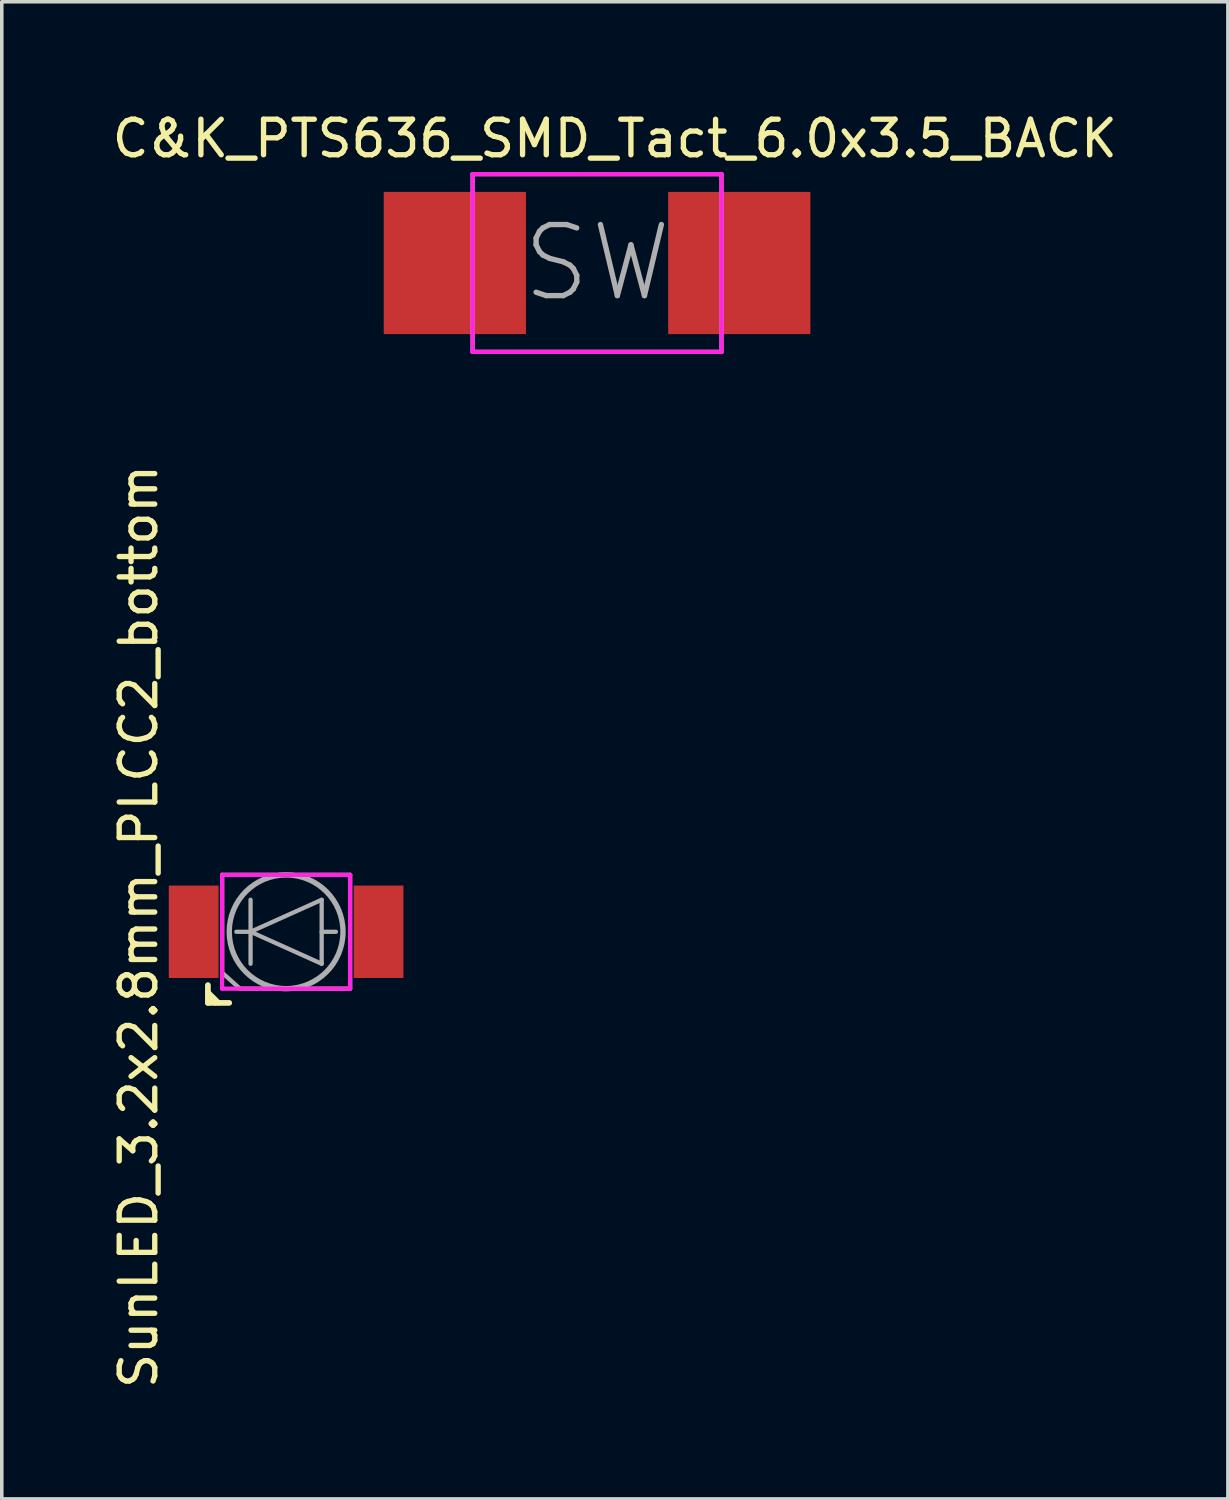
<source format=kicad_pcb>
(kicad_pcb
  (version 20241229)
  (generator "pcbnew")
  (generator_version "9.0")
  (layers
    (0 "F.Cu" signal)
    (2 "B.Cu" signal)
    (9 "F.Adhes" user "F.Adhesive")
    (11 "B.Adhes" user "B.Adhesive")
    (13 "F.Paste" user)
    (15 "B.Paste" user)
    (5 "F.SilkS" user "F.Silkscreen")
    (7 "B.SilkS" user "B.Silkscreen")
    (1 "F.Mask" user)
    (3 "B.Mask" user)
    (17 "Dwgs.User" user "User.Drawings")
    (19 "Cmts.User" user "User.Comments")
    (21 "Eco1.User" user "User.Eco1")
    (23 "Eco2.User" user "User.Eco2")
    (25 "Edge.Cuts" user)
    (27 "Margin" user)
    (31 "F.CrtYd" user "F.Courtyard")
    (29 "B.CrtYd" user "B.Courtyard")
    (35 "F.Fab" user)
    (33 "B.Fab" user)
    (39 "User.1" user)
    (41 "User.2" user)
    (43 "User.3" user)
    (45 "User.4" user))
  (footprint "C&K_PTS636_SMD_Tact_6.0x3.5_BACK"
    (layer "F.Cu")
    (at 13.744 4.348)
    (property "Reference" "C&K_PTS636_SMD_Tact_6.0x3.5_BACK" (at 0.5 -3.5 0) (layer "F.SilkS") (effects (font (size 1 1) (thickness 0.15))))
    (attr smd)
    (fp_line (start -3.5 -2.5) (end 3.5 -2.5) (stroke (width 0.12) (type solid)) (layer "F.CrtYd"))
    (fp_line (start -3.5 2.5) (end -3.5 -2.5) (stroke (width 0.12) (type solid)) (layer "F.CrtYd"))
    (fp_line (start 3.5 -2.5) (end 3.5 2.5) (stroke (width 0.12) (type solid)) (layer "F.CrtYd"))
    (fp_line (start 3.5 2.5) (end -3.5 2.5) (stroke (width 0.12) (type solid)) (layer "F.CrtYd"))
    (fp_line (start -3.5 -2.5) (end 3.5 -2.5) (stroke (width 0.12) (type solid)) (layer "F.Fab"))
    (fp_line (start -3.5 2.5) (end -3.5 -2.5) (stroke (width 0.12) (type solid)) (layer "F.Fab"))
    (fp_line (start 3.5 -2.5) (end 3.5 2.5) (stroke (width 0.12) (type solid)) (layer "F.Fab"))
    (fp_line (start 3.5 2.5) (end -3.5 2.5) (stroke (width 0.12) (type solid)) (layer "F.Fab"))
    (fp_text user "SW" (at 0 0 0) (layer "F.Fab") (effects (font (size 2 2) (thickness 0.15))))
    (pad "1" smd rect (at -4 0) (size 4 4) (layers "F.Cu" "F.Mask" "F.Paste"))
    (pad "2" smd rect (at 4 0) (size 4 4) (layers "F.Cu" "F.Mask" "F.Paste")))
  (footprint "SunLED_3.2x2.8mm_PLCC2_bottom"
    (layer "F.Cu")
    (at 4.998 23.159)
    (property "Reference" "SunLED_3.2x2.8mm_PLCC2_bottom" (at -4.15 -0.15 90) (layer "F.SilkS") (effects (font (size 1 1) (thickness 0.15))))
    (attr smd)
    (fp_line (start -2.2 1.5) (end -2.2 2) (stroke (width 0.16) (type solid)) (layer "F.SilkS"))
    (fp_line (start -2.2 1.7) (end -1.9 2) (stroke (width 0.15) (type solid)) (layer "F.SilkS"))
    (fp_line (start -2.2 1.8) (end -2 2) (stroke (width 0.15) (type solid)) (layer "F.SilkS"))
    (fp_line (start -2.2 2) (end -1.6 2) (stroke (width 0.16) (type solid)) (layer "F.SilkS"))
    (fp_line (start -1.8 -1.6) (end 1.8 -1.6) (stroke (width 0.12) (type solid)) (layer "F.CrtYd"))
    (fp_line (start -1.8 1.6) (end -1.8 -1.6) (stroke (width 0.12) (type solid)) (layer "F.CrtYd"))
    (fp_line (start 1.8 -1.6) (end 1.8 1.6) (stroke (width 0.12) (type solid)) (layer "F.CrtYd"))
    (fp_line (start 1.8 1.6) (end -1.8 1.6) (stroke (width 0.12) (type solid)) (layer "F.CrtYd"))
    (fp_line (start -1.8 -1.6) (end 1.8 -1.6) (stroke (width 0.12) (type solid)) (layer "F.Fab"))
    (fp_line (start -1.8 1.15) (end -1.8 -1.6) (stroke (width 0.12) (type solid)) (layer "F.Fab"))
    (fp_line (start -1.3 1.6) (end -1.8 1.15) (stroke (width 0.12) (type solid)) (layer "F.Fab"))
    (fp_line (start -1 -0.9) (end -1 0.9) (stroke (width 0.12) (type solid)) (layer "F.Fab"))
    (fp_line (start -1 0) (end -1.4 0) (stroke (width 0.12) (type solid)) (layer "F.Fab"))
    (fp_line (start -1 0) (end 1 -0.9) (stroke (width 0.12) (type solid)) (layer "F.Fab"))
    (fp_line (start 1 -0.9) (end 1 0.9) (stroke (width 0.12) (type solid)) (layer "F.Fab"))
    (fp_line (start 1 0) (end 1.4 0) (stroke (width 0.12) (type solid)) (layer "F.Fab"))
    (fp_line (start 1 0.9) (end -1 0) (stroke (width 0.12) (type solid)) (layer "F.Fab"))
    (fp_line (start 1.8 -1.6) (end 1.8 1.6) (stroke (width 0.12) (type solid)) (layer "F.Fab"))
    (fp_line (start 1.8 1.6) (end -1.3 1.6) (stroke (width 0.12) (type solid)) (layer "F.Fab"))
    (fp_circle (center 0 0) (end 1.6 0) (stroke (width 0.15) (type solid)) (fill no) (layer "F.Fab"))
    (pad "1" smd rect (at -2.6 0) (size 1.4 2.6) (layers "F.Cu" "F.Mask" "F.Paste"))
    (pad "2" smd rect (at 2.6 0) (size 1.4 2.6) (layers "F.Cu" "F.Mask" "F.Paste")))
  (gr_rect
    (start -3 -3)
    (end 31.488 39.111)
    (stroke (width 0.1) (type default))
    (fill no)
    (layer "Edge.Cuts")))
</source>
